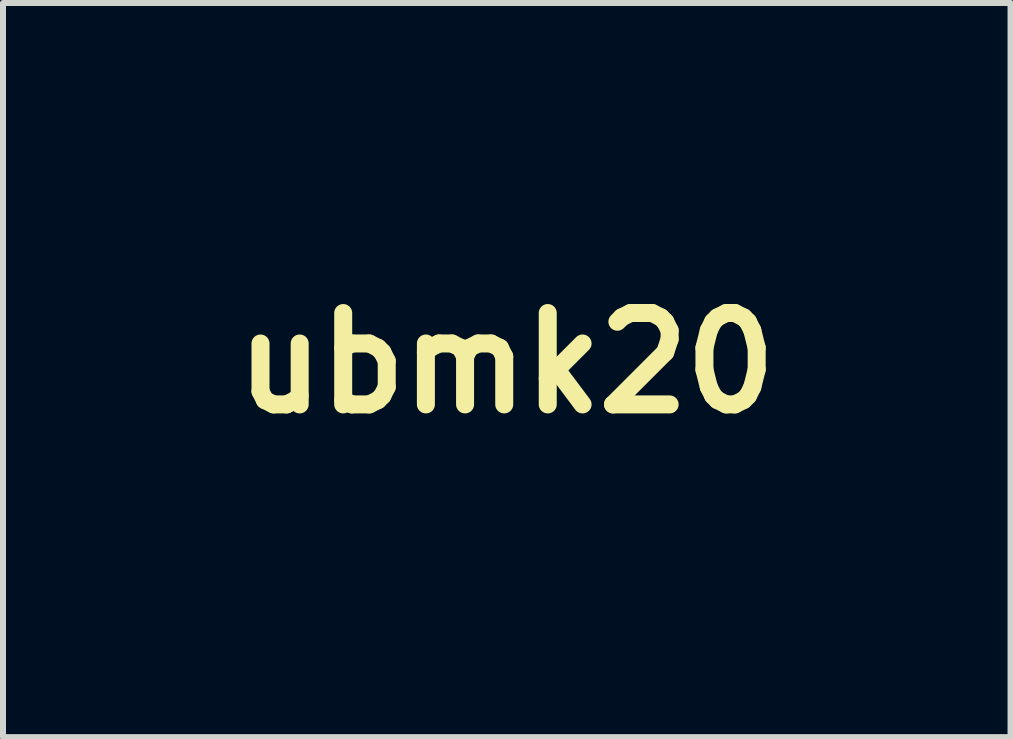
<source format=kicad_pcb>
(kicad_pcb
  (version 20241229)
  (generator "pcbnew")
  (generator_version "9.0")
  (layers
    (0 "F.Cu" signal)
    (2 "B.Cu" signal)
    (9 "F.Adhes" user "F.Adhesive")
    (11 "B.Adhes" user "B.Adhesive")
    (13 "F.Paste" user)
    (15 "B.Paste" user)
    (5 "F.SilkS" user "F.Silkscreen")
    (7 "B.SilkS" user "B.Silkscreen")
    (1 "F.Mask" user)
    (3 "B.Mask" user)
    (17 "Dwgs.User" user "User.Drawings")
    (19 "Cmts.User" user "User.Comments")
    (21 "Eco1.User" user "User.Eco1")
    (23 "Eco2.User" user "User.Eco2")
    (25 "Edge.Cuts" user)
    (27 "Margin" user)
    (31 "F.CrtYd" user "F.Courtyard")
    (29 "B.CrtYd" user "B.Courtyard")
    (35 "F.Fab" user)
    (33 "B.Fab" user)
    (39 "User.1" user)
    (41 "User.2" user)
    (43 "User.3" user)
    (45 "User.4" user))
  (footprint "ubmk20"
    (layer "F.Cu")
    (at 5.394 3.004)
    (property "Reference" "ubmk20" (at 0 0 0) (layer "F.SilkS") (effects (font (size 1.524 1.524) (thickness 0.3))))
    (attr through_hole)
    (fp_poly (pts (xy -0.515 -0.633) (xy -1.101 -0.633) (xy -1.101 -2.226) (xy -0.515 -2.226) (xy -0.515 -0.633)) (stroke (width 0.01) (type solid)) (fill yes) (layer "F.Mask"))
    (fp_poly (pts (xy -0.701 -2.978) (xy -0.609 -2.919) (xy -0.537 -2.835) (xy -0.497 -2.734) (xy -0.492 -2.683) (xy -0.513 -2.576) (xy -0.57 -2.485) (xy -0.654 -2.415) (xy -0.754 -2.375) (xy -0.86 -2.37) (xy -0.914 -2.383) (xy -0.973 -2.42) (xy -1.037 -2.482) (xy -1.088 -2.551) (xy -1.102 -2.58) (xy -1.12 -2.679) (xy -1.099 -2.779) (xy -1.047 -2.871) (xy -0.97 -2.944) (xy -0.875 -2.989) (xy -0.803 -2.999) (xy -0.701 -2.978)) (stroke (width 0.01) (type solid)) (fill yes) (layer "F.Mask"))
    (fp_poly (pts (xy -3.327 1.153) (xy -3.216 1.17) (xy -3.134 1.203) (xy -3.074 1.255) (xy -3.028 1.33) (xy -3.02 1.345) (xy -2.984 1.465) (xy -2.989 1.575) (xy -3.037 1.678) (xy -3.13 1.778) (xy -3.228 1.851) (xy -3.386 1.957) (xy -3.181 1.963) (xy -2.976 1.97) (xy -2.976 2.249) (xy -3.275 2.248) (xy -3.392 2.246) (xy -3.497 2.241) (xy -3.577 2.235) (xy -3.621 2.227) (xy -3.623 2.226) (xy -3.693 2.176) (xy -3.747 2.099) (xy -3.772 2.013) (xy -3.773 2.002) (xy -3.764 1.944) (xy -3.737 1.889) (xy -3.684 1.829) (xy -3.6 1.759) (xy -3.491 1.679) (xy -3.385 1.597) (xy -3.324 1.53) (xy -3.306 1.477) (xy -3.333 1.44) (xy -3.405 1.416) (xy -3.521 1.406) (xy -3.554 1.406) (xy -3.726 1.406) (xy -3.726 1.148) (xy -3.477 1.148) (xy -3.327 1.153)) (stroke (width 0.01) (type solid)) (fill yes) (layer "F.Mask"))
    (fp_poly (pts (xy -1.336 1.153) (xy -1.224 1.17) (xy -1.143 1.203) (xy -1.083 1.255) (xy -1.036 1.33) (xy -1.029 1.345) (xy -0.992 1.465) (xy -0.997 1.575) (xy -1.045 1.678) (xy -1.138 1.778) (xy -1.236 1.851) (xy -1.394 1.957) (xy -1.189 1.963) (xy -0.984 1.97) (xy -0.984 2.249) (xy -1.283 2.248) (xy -1.401 2.246) (xy -1.505 2.241) (xy -1.585 2.235) (xy -1.63 2.227) (xy -1.631 2.226) (xy -1.702 2.176) (xy -1.756 2.099) (xy -1.78 2.013) (xy -1.781 2.002) (xy -1.773 1.944) (xy -1.745 1.889) (xy -1.692 1.829) (xy -1.608 1.759) (xy -1.5 1.679) (xy -1.394 1.597) (xy -1.332 1.53) (xy -1.314 1.477) (xy -1.341 1.44) (xy -1.413 1.416) (xy -1.529 1.406) (xy -1.563 1.406) (xy -1.734 1.406) (xy -1.734 1.148) (xy -1.485 1.148) (xy -1.336 1.153)) (stroke (width 0.01) (type solid)) (fill yes) (layer "F.Mask"))
    (fp_poly (pts (xy 2.579 1.428) (xy 2.705 1.489) (xy 2.807 1.581) (xy 2.853 1.651) (xy 2.88 1.74) (xy 2.887 1.849) (xy 2.876 1.956) (xy 2.851 2.03) (xy 2.773 2.134) (xy 2.664 2.213) (xy 2.537 2.261) (xy 2.437 2.272) (xy 2.376 2.263) (xy 2.302 2.243) (xy 2.288 2.238) (xy 2.166 2.173) (xy 2.075 2.077) (xy 2.018 1.962) (xy 1.999 1.842) (xy 2.296 1.842) (xy 2.317 1.913) (xy 2.368 1.964) (xy 2.437 1.988) (xy 2.508 1.979) (xy 2.538 1.962) (xy 2.58 1.904) (xy 2.593 1.829) (xy 2.573 1.755) (xy 2.56 1.736) (xy 2.5 1.692) (xy 2.431 1.684) (xy 2.366 1.71) (xy 2.317 1.762) (xy 2.296 1.837) (xy 2.296 1.842) (xy 1.999 1.842) (xy 1.998 1.834) (xy 2.017 1.703) (xy 2.064 1.602) (xy 2.125 1.536) (xy 2.217 1.475) (xy 2.321 1.429) (xy 2.421 1.407) (xy 2.442 1.406) (xy 2.579 1.428)) (stroke (width 0.01) (type solid)) (fill yes) (layer "F.Mask"))
    (fp_poly (pts (xy 3.76 1.43) (xy 3.818 1.433) (xy 3.843 1.436) (xy 3.843 1.436) (xy 3.835 1.464) (xy 3.816 1.526) (xy 3.786 1.614) (xy 3.751 1.719) (xy 3.712 1.83) (xy 3.674 1.94) (xy 3.639 2.038) (xy 3.611 2.116) (xy 3.593 2.164) (xy 3.589 2.172) (xy 3.544 2.217) (xy 3.471 2.253) (xy 3.389 2.271) (xy 3.365 2.272) (xy 3.308 2.26) (xy 3.254 2.237) (xy 3.203 2.199) (xy 3.175 2.162) (xy 3.162 2.128) (xy 3.139 2.06) (xy 3.108 1.969) (xy 3.072 1.864) (xy 3.034 1.754) (xy 2.998 1.647) (xy 2.967 1.553) (xy 2.943 1.482) (xy 2.93 1.442) (xy 2.929 1.436) (xy 2.95 1.433) (xy 3.007 1.43) (xy 3.086 1.429) (xy 3.091 1.429) (xy 3.18 1.431) (xy 3.232 1.439) (xy 3.258 1.454) (xy 3.265 1.47) (xy 3.275 1.51) (xy 3.292 1.583) (xy 3.314 1.678) (xy 3.328 1.741) (xy 3.35 1.836) (xy 3.37 1.91) (xy 3.384 1.953) (xy 3.39 1.96) (xy 3.4 1.934) (xy 3.416 1.872) (xy 3.436 1.787) (xy 3.446 1.742) (xy 3.467 1.643) (xy 3.486 1.556) (xy 3.5 1.496) (xy 3.503 1.482) (xy 3.514 1.454) (xy 3.536 1.438) (xy 3.582 1.431) (xy 3.661 1.429) (xy 3.679 1.429) (xy 3.76 1.43)) (stroke (width 0.01) (type solid)) (fill yes) (layer "F.Mask"))
    (fp_poly (pts (xy -2.214 1.143) (xy -2.097 1.194) (xy -2.003 1.274) (xy -1.988 1.294) (xy -1.966 1.328) (xy -1.95 1.364) (xy -1.941 1.411) (xy -1.936 1.478) (xy -1.934 1.575) (xy -1.933 1.689) (xy -1.933 1.817) (xy -1.936 1.908) (xy -1.941 1.971) (xy -1.951 2.014) (xy -1.967 2.049) (xy -1.991 2.083) (xy -1.996 2.09) (xy -2.059 2.154) (xy -2.134 2.207) (xy -2.149 2.215) (xy -2.248 2.248) (xy -2.365 2.264) (xy -2.477 2.263) (xy -2.538 2.25) (xy -2.639 2.2) (xy -2.73 2.123) (xy -2.794 2.035) (xy -2.797 2.03) (xy -2.816 1.975) (xy -2.828 1.899) (xy -2.834 1.792) (xy -2.835 1.693) (xy -2.531 1.693) (xy -2.529 1.789) (xy -2.522 1.851) (xy -2.507 1.893) (xy -2.48 1.927) (xy -2.473 1.934) (xy -2.424 1.973) (xy -2.381 1.992) (xy -2.378 1.992) (xy -2.337 1.976) (xy -2.288 1.938) (xy -2.284 1.934) (xy -2.254 1.9) (xy -2.237 1.86) (xy -2.228 1.803) (xy -2.226 1.715) (xy -2.226 1.693) (xy -2.231 1.568) (xy -2.25 1.483) (xy -2.285 1.432) (xy -2.339 1.409) (xy -2.378 1.406) (xy -2.445 1.416) (xy -2.49 1.451) (xy -2.517 1.517) (xy -2.529 1.619) (xy -2.531 1.693) (xy -2.835 1.693) (xy -2.835 1.684) (xy -2.834 1.563) (xy -2.829 1.477) (xy -2.819 1.416) (xy -2.803 1.367) (xy -2.782 1.326) (xy -2.704 1.232) (xy -2.598 1.167) (xy -2.474 1.13) (xy -2.343 1.122) (xy -2.214 1.143)) (stroke (width 0.01) (type solid)) (fill yes) (layer "F.Mask"))
    (fp_poly (pts (xy -0.222 1.143) (xy -0.105 1.194) (xy -0.011 1.274) (xy 0.004 1.294) (xy 0.026 1.328) (xy 0.041 1.364) (xy 0.051 1.411) (xy 0.056 1.478) (xy 0.058 1.575) (xy 0.059 1.689) (xy 0.058 1.817) (xy 0.056 1.908) (xy 0.051 1.971) (xy 0.041 2.014) (xy 0.024 2.049) (xy 0.001 2.083) (xy -0.005 2.09) (xy -0.067 2.154) (xy -0.142 2.207) (xy -0.157 2.215) (xy -0.256 2.248) (xy -0.373 2.264) (xy -0.485 2.263) (xy -0.546 2.25) (xy -0.647 2.2) (xy -0.739 2.123) (xy -0.803 2.035) (xy -0.805 2.03) (xy -0.824 1.975) (xy -0.836 1.899) (xy -0.842 1.792) (xy -0.843 1.693) (xy -0.539 1.693) (xy -0.537 1.789) (xy -0.53 1.851) (xy -0.515 1.893) (xy -0.488 1.927) (xy -0.481 1.934) (xy -0.432 1.973) (xy -0.389 1.992) (xy -0.387 1.992) (xy -0.346 1.976) (xy -0.296 1.938) (xy -0.292 1.934) (xy -0.262 1.9) (xy -0.245 1.86) (xy -0.237 1.803) (xy -0.234 1.715) (xy -0.234 1.693) (xy -0.24 1.568) (xy -0.258 1.483) (xy -0.293 1.432) (xy -0.347 1.409) (xy -0.387 1.406) (xy -0.453 1.416) (xy -0.498 1.451) (xy -0.525 1.517) (xy -0.537 1.619) (xy -0.539 1.693) (xy -0.843 1.693) (xy -0.843 1.684) (xy -0.842 1.563) (xy -0.837 1.477) (xy -0.828 1.416) (xy -0.811 1.367) (xy -0.79 1.326) (xy -0.712 1.232) (xy -0.606 1.167) (xy -0.482 1.13) (xy -0.351 1.122) (xy -0.222 1.143)) (stroke (width 0.01) (type solid)) (fill yes) (layer "F.Mask"))
    (fp_poly (pts (xy 1.155 1.139) (xy 1.259 1.186) (xy 1.345 1.266) (xy 1.37 1.299) (xy 1.388 1.332) (xy 1.398 1.375) (xy 1.404 1.438) (xy 1.406 1.53) (xy 1.406 1.624) (xy 1.408 1.762) (xy 1.413 1.859) (xy 1.424 1.921) (xy 1.442 1.955) (xy 1.468 1.966) (xy 1.491 1.964) (xy 1.507 1.958) (xy 1.519 1.942) (xy 1.527 1.91) (xy 1.533 1.855) (xy 1.537 1.77) (xy 1.54 1.65) (xy 1.541 1.552) (xy 1.548 1.148) (xy 1.875 1.148) (xy 1.875 1.578) (xy 1.874 1.731) (xy 1.873 1.845) (xy 1.869 1.927) (xy 1.863 1.984) (xy 1.854 2.026) (xy 1.84 2.058) (xy 1.822 2.088) (xy 1.755 2.158) (xy 1.663 2.219) (xy 1.564 2.26) (xy 1.489 2.272) (xy 1.418 2.263) (xy 1.339 2.243) (xy 1.33 2.239) (xy 1.244 2.203) (xy 1.183 2.158) (xy 1.141 2.096) (xy 1.116 2.011) (xy 1.104 1.894) (xy 1.101 1.751) (xy 1.098 1.606) (xy 1.087 1.503) (xy 1.068 1.439) (xy 1.04 1.41) (xy 1.001 1.413) (xy 0.999 1.413) (xy 0.985 1.423) (xy 0.975 1.446) (xy 0.968 1.489) (xy 0.964 1.556) (xy 0.961 1.656) (xy 0.961 1.795) (xy 0.961 1.839) (xy 0.961 2.249) (xy 0.633 2.249) (xy 0.633 1.808) (xy 0.633 1.653) (xy 0.634 1.537) (xy 0.637 1.453) (xy 0.643 1.394) (xy 0.652 1.352) (xy 0.665 1.32) (xy 0.684 1.29) (xy 0.686 1.286) (xy 0.773 1.196) (xy 0.889 1.142) (xy 1.026 1.125) (xy 1.155 1.139)) (stroke (width 0.01) (type solid)) (fill yes) (layer "F.Mask"))
    (fp_poly (pts (xy -1.447 -2.764) (xy -1.348 -2.761) (xy -1.286 -2.756) (xy -1.254 -2.747) (xy -1.248 -2.736) (xy -1.248 -2.735) (xy -1.258 -2.708) (xy -1.282 -2.64) (xy -1.319 -2.539) (xy -1.366 -2.408) (xy -1.422 -2.251) (xy -1.485 -2.075) (xy -1.553 -1.884) (xy -1.581 -1.804) (xy -1.652 -1.606) (xy -1.719 -1.421) (xy -1.78 -1.252) (xy -1.834 -1.106) (xy -1.878 -0.986) (xy -1.911 -0.899) (xy -1.931 -0.849) (xy -1.935 -0.841) (xy -2.012 -0.738) (xy -2.122 -0.66) (xy -2.255 -0.61) (xy -2.399 -0.591) (xy -2.542 -0.608) (xy -2.672 -0.657) (xy -2.784 -0.733) (xy -2.808 -0.757) (xy -2.831 -0.796) (xy -2.868 -0.878) (xy -2.919 -1.001) (xy -2.982 -1.164) (xy -3.058 -1.365) (xy -3.145 -1.602) (xy -3.198 -1.749) (xy -3.27 -1.949) (xy -3.338 -2.136) (xy -3.399 -2.306) (xy -3.452 -2.453) (xy -3.496 -2.574) (xy -3.528 -2.662) (xy -3.546 -2.713) (xy -3.55 -2.724) (xy -3.554 -2.74) (xy -3.544 -2.751) (xy -3.514 -2.758) (xy -3.459 -2.762) (xy -3.371 -2.764) (xy -3.245 -2.765) (xy -3.219 -2.765) (xy -2.87 -2.765) (xy -2.684 -2.138) (xy -2.616 -1.91) (xy -2.56 -1.723) (xy -2.516 -1.574) (xy -2.48 -1.457) (xy -2.453 -1.369) (xy -2.433 -1.307) (xy -2.418 -1.265) (xy -2.408 -1.241) (xy -2.401 -1.231) (xy -2.396 -1.229) (xy -2.392 -1.233) (xy -2.391 -1.234) (xy -2.381 -1.261) (xy -2.359 -1.327) (xy -2.328 -1.427) (xy -2.289 -1.556) (xy -2.243 -1.709) (xy -2.193 -1.88) (xy -2.155 -2.009) (xy -1.937 -2.765) (xy -1.587 -2.765) (xy -1.447 -2.764)) (stroke (width 0.01) (type solid)) (fill yes) (layer "F.Mask"))
    (fp_poly (pts (xy -5.181 2.576) (xy -5.156 2.656) (xy -5.155 2.662) (xy -5.143 2.753) (xy 0.105 2.759) (xy 0.693 2.76) (xy 1.235 2.76) (xy 1.734 2.761) (xy 2.192 2.762) (xy 2.609 2.762) (xy 2.989 2.763) (xy 3.333 2.764) (xy 3.642 2.765) (xy 3.919 2.766) (xy 4.165 2.767) (xy 4.382 2.769) (xy 4.572 2.77) (xy 4.737 2.772) (xy 4.878 2.774) (xy 4.997 2.776) (xy 5.096 2.778) (xy 5.177 2.78) (xy 5.241 2.783) (xy 5.291 2.786) (xy 5.328 2.789) (xy 5.354 2.792) (xy 5.371 2.796) (xy 5.38 2.8) (xy 5.382 2.802) (xy 5.397 2.849) (xy 5.401 2.925) (xy 5.397 3.014) (xy 5.385 3.101) (xy 5.367 3.17) (xy 5.347 3.204) (xy 5.283 3.232) (xy 5.222 3.214) (xy 5.191 3.182) (xy 5.163 3.117) (xy 5.155 3.064) (xy 5.155 2.999) (xy -0.078 2.999) (xy -0.662 2.999) (xy -1.201 2.999) (xy -1.697 2.999) (xy -2.151 2.999) (xy -2.566 2.999) (xy -2.943 2.998) (xy -3.284 2.998) (xy -3.591 2.998) (xy -3.865 2.997) (xy -4.109 2.996) (xy -4.325 2.995) (xy -4.513 2.994) (xy -4.677 2.993) (xy -4.817 2.991) (xy -4.936 2.989) (xy -5.036 2.987) (xy -5.117 2.985) (xy -5.183 2.982) (xy -5.235 2.98) (xy -5.274 2.976) (xy -5.303 2.973) (xy -5.324 2.969) (xy -5.337 2.965) (xy -5.346 2.961) (xy -5.351 2.956) (xy -5.379 2.895) (xy -5.389 2.793) (xy -5.389 2.787) (xy -5.385 2.676) (xy -5.371 2.603) (xy -5.345 2.56) (xy -5.303 2.539) (xy -5.301 2.539) (xy -5.229 2.537) (xy -5.181 2.576)) (stroke (width 0.01) (type solid)) (fill yes) (layer "F.Mask"))
    (fp_poly (pts (xy 2.741 -2.802) (xy 2.922 -2.759) (xy 3.089 -2.685) (xy 3.235 -2.579) (xy 3.318 -2.488) (xy 3.366 -2.419) (xy 3.403 -2.349) (xy 3.431 -2.272) (xy 3.449 -2.181) (xy 3.46 -2.067) (xy 3.465 -1.924) (xy 3.465 -1.745) (xy 3.464 -1.658) (xy 3.461 -1.496) (xy 3.458 -1.375) (xy 3.454 -1.284) (xy 3.447 -1.217) (xy 3.437 -1.166) (xy 3.424 -1.122) (xy 3.405 -1.079) (xy 3.391 -1.051) (xy 3.291 -0.898) (xy 3.157 -0.773) (xy 2.997 -0.679) (xy 2.815 -0.618) (xy 2.618 -0.592) (xy 2.411 -0.605) (xy 2.343 -0.618) (xy 2.151 -0.681) (xy 1.989 -0.781) (xy 1.857 -0.916) (xy 1.76 -1.077) (xy 1.74 -1.121) (xy 1.725 -1.162) (xy 1.714 -1.206) (xy 1.706 -1.261) (xy 1.702 -1.335) (xy 1.7 -1.434) (xy 1.699 -1.567) (xy 1.699 -1.705) (xy 2.32 -1.705) (xy 2.32 -1.307) (xy 2.399 -1.228) (xy 2.49 -1.165) (xy 2.592 -1.146) (xy 2.705 -1.171) (xy 2.757 -1.206) (xy 2.807 -1.262) (xy 2.813 -1.271) (xy 2.83 -1.303) (xy 2.843 -1.339) (xy 2.851 -1.386) (xy 2.855 -1.454) (xy 2.856 -1.549) (xy 2.854 -1.681) (xy 2.854 -1.727) (xy 2.847 -2.106) (xy 2.779 -2.177) (xy 2.688 -2.244) (xy 2.588 -2.266) (xy 2.496 -2.25) (xy 2.437 -2.227) (xy 2.392 -2.198) (xy 2.361 -2.158) (xy 2.34 -2.098) (xy 2.327 -2.013) (xy 2.322 -1.896) (xy 2.32 -1.74) (xy 2.32 -1.705) (xy 1.699 -1.705) (xy 1.699 -1.711) (xy 1.7 -1.899) (xy 1.703 -2.047) (xy 1.712 -2.164) (xy 1.726 -2.256) (xy 1.749 -2.33) (xy 1.781 -2.394) (xy 1.824 -2.455) (xy 1.881 -2.522) (xy 1.888 -2.529) (xy 2.025 -2.649) (xy 2.187 -2.736) (xy 2.366 -2.79) (xy 2.553 -2.812) (xy 2.741 -2.802)) (stroke (width 0.01) (type solid)) (fill yes) (layer "F.Mask"))
    (fp_poly (pts (xy 1.359 -2.249) (xy 0.882 -2.249) (xy 0.72 -2.249) (xy 0.598 -2.248) (xy 0.509 -2.245) (xy 0.449 -2.24) (xy 0.409 -2.232) (xy 0.384 -2.221) (xy 0.367 -2.207) (xy 0.367 -2.207) (xy 0.332 -2.14) (xy 0.339 -2.074) (xy 0.369 -2.033) (xy 0.403 -2.016) (xy 0.465 -2.003) (xy 0.56 -1.993) (xy 0.693 -1.986) (xy 0.824 -1.98) (xy 0.921 -1.971) (xy 0.995 -1.957) (xy 1.06 -1.936) (xy 1.103 -1.917) (xy 1.253 -1.828) (xy 1.363 -1.717) (xy 1.434 -1.579) (xy 1.469 -1.412) (xy 1.472 -1.379) (xy 1.468 -1.202) (xy 1.43 -1.052) (xy 1.356 -0.919) (xy 1.279 -0.831) (xy 1.221 -0.775) (xy 1.165 -0.731) (xy 1.106 -0.697) (xy 1.038 -0.672) (xy 0.953 -0.654) (xy 0.847 -0.643) (xy 0.712 -0.636) (xy 0.542 -0.633) (xy 0.336 -0.633) (xy -0.234 -0.633) (xy -0.234 -1.148) (xy 0.247 -1.148) (xy 0.409 -1.148) (xy 0.53 -1.149) (xy 0.618 -1.151) (xy 0.679 -1.156) (xy 0.721 -1.163) (xy 0.748 -1.174) (xy 0.769 -1.189) (xy 0.786 -1.206) (xy 0.834 -1.273) (xy 0.836 -1.336) (xy 0.792 -1.398) (xy 0.791 -1.399) (xy 0.762 -1.421) (xy 0.723 -1.436) (xy 0.665 -1.446) (xy 0.579 -1.453) (xy 0.465 -1.457) (xy 0.343 -1.463) (xy 0.255 -1.471) (xy 0.187 -1.483) (xy 0.125 -1.504) (xy 0.057 -1.534) (xy 0.036 -1.544) (xy -0.105 -1.631) (xy -0.207 -1.736) (xy -0.271 -1.863) (xy -0.299 -2.018) (xy -0.3 -2.156) (xy -0.274 -2.328) (xy -0.215 -2.469) (xy -0.12 -2.585) (xy 0.015 -2.681) (xy 0.047 -2.698) (xy 0.081 -2.715) (xy 0.115 -2.728) (xy 0.155 -2.738) (xy 0.209 -2.745) (xy 0.281 -2.751) (xy 0.378 -2.754) (xy 0.507 -2.757) (xy 0.674 -2.759) (xy 0.756 -2.76) (xy 1.359 -2.767) (xy 1.359 -2.249)) (stroke (width 0.01) (type solid)) (fill yes) (layer "F.Mask"))
    (fp_poly (pts (xy 0.014 -0.117) (xy 0.594 -0.117) (xy 1.128 -0.117) (xy 1.618 -0.117) (xy 2.068 -0.117) (xy 2.478 -0.116) (xy 2.85 -0.116) (xy 3.187 -0.116) (xy 3.49 -0.115) (xy 3.761 -0.115) (xy 4.001 -0.114) (xy 4.213 -0.113) (xy 4.398 -0.112) (xy 4.559 -0.11) (xy 4.697 -0.109) (xy 4.814 -0.107) (xy 4.912 -0.105) (xy 4.992 -0.102) (xy 5.057 -0.1) (xy 5.108 -0.097) (xy 5.148 -0.094) (xy 5.178 -0.09) (xy 5.199 -0.086) (xy 5.215 -0.082) (xy 5.226 -0.077) (xy 5.234 -0.073) (xy 5.322 0.01) (xy 5.374 0.113) (xy 5.392 0.225) (xy 5.376 0.337) (xy 5.325 0.439) (xy 5.242 0.521) (xy 5.201 0.545) (xy 5.19 0.549) (xy 5.175 0.554) (xy 5.154 0.558) (xy 5.125 0.561) (xy 5.087 0.564) (xy 5.036 0.567) (xy 4.973 0.57) (xy 4.894 0.572) (xy 4.798 0.575) (xy 4.683 0.576) (xy 4.548 0.578) (xy 4.39 0.58) (xy 4.207 0.581) (xy 3.998 0.582) (xy 3.76 0.583) (xy 3.493 0.583) (xy 3.194 0.584) (xy 2.86 0.584) (xy 2.492 0.585) (xy 2.086 0.585) (xy 1.64 0.585) (xy 1.153 0.585) (xy 0.623 0.585) (xy 0.049 0.585) (xy 0.012 0.585) (xy -0.58 0.585) (xy -1.127 0.584) (xy -1.631 0.584) (xy -2.092 0.584) (xy -2.513 0.583) (xy -2.896 0.583) (xy -3.243 0.582) (xy -3.554 0.581) (xy -3.831 0.58) (xy -4.077 0.578) (xy -4.293 0.577) (xy -4.481 0.575) (xy -4.642 0.574) (xy -4.778 0.572) (xy -4.89 0.569) (xy -4.981 0.567) (xy -5.052 0.564) (xy -5.105 0.561) (xy -5.141 0.558) (xy -5.163 0.555) (xy -5.168 0.553) (xy -5.267 0.486) (xy -5.337 0.392) (xy -5.374 0.281) (xy -5.374 0.165) (xy -5.344 0.074) (xy -5.295 0.002) (xy -5.232 -0.058) (xy -5.217 -0.068) (xy -5.138 -0.117) (xy 0.014 -0.117)) (stroke (width 0.01) (type solid)) (fill yes) (layer "F.Mask")))
  (gr_rect
    (start -3 -3)
    (end 13.8 9.241)
    (stroke (width 0.1) (type default))
    (fill no)
    (layer "Edge.Cuts")))
</source>
